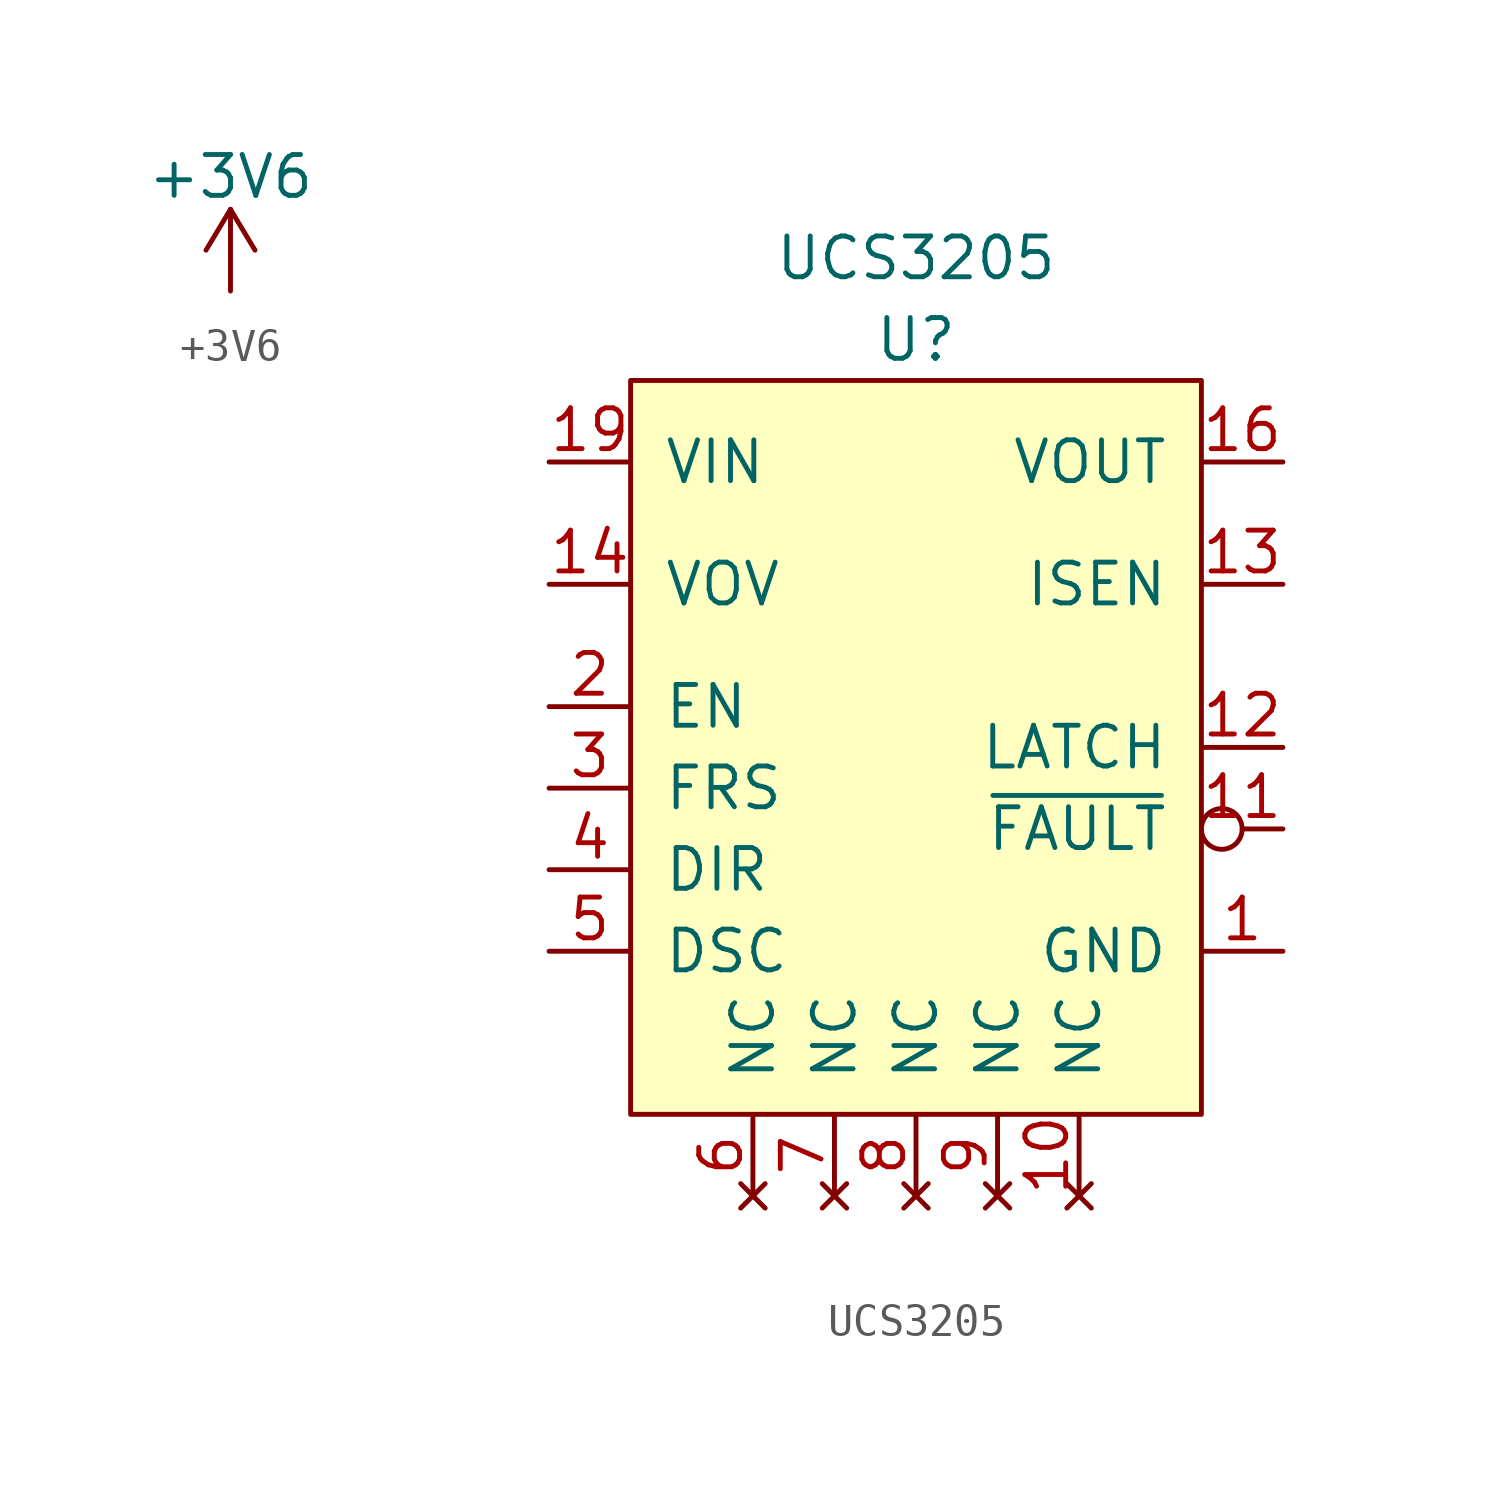
<source format=kicad_sym>
(kicad_symbol_lib
  (version 20211014)
  (generator kicad_symbol_editor)
  (symbol "+3V6"
    (power)
    (pin_names
      (offset 0))
    (property "Reference" "#PWR"
      (at 0 -3.81 0)
      (effects (font (size 1.27 1.27)) hide))
    (property "Value" "+3V6"
      (at 0 3.556 0)
      (effects (font (size 1.27 1.27))))
    (symbol "+3V6_0_1"
      (polyline (pts (xy -0.762 1.27) (xy 0 2.54)) (stroke (width 0) (type default) (color 0 0 0 0)) (fill (type none)))
      (polyline (pts (xy 0 0) (xy 0 2.54)) (stroke (width 0) (type default) (color 0 0 0 0)) (fill (type none)))
      (polyline (pts (xy 0 2.54) (xy 0.762 1.27)) (stroke (width 0) (type default) (color 0 0 0 0)) (fill (type none))))
    (symbol "+3V6_1_1"
      (pin power_in line (at 0 0 90) (length 0) hide (name "+3V3" (effects (font (size 1.27 1.27)))) (number "1" (effects (font (size 1.27 1.27)))))))
  (symbol "UCS3205"
    (pin_names
      (offset 1.016))
    (property "Reference" "U"
      (at 0 11.43 0)
      (effects (font (size 1.27 1.27))))
    (property "Value" "UCS3205"
      (at 0 13.97 0)
      (effects (font (size 1.27 1.27))))
    (symbol "UCS3205_0_1"
      (rectangle (start -8.89 10.16) (end 8.89 -12.7) (stroke (width 0) (type default) (color 0 0 0 0)) (fill (type background))))
    (symbol "UCS3205_1_1"
      (pin power_in line (at 11.43 -7.62 180) (length 2.54) (name "GND" (effects (font (size 1.27 1.27)))) (number "1" (effects (font (size 1.27 1.27)))))
      (pin no_connect line (at 5.08 -15.24 90) (length 2.54) (name "NC" (effects (font (size 1.27 1.27)))) (number "10" (effects (font (size 1.27 1.27)))))
      (pin output inverted (at 11.43 -3.81 180) (length 2.54) (name "~{FAULT}" (effects (font (size 1.27 1.27)))) (number "11" (effects (font (size 1.27 1.27)))))
      (pin output line (at 11.43 -1.27 180) (length 2.54) (name "LATCH" (effects (font (size 1.27 1.27)))) (number "12" (effects (font (size 1.27 1.27)))))
      (pin output line (at 11.43 3.81 180) (length 2.54) (name "ISEN" (effects (font (size 1.27 1.27)))) (number "13" (effects (font (size 1.27 1.27)))))
      (pin input line (at -11.43 3.81 0) (length 2.54) (name "VOV" (effects (font (size 1.27 1.27)))) (number "14" (effects (font (size 1.27 1.27)))))
      (pin power_in line (at 11.43 -7.62 180) (length 2.54) hide (name "GND" (effects (font (size 1.27 1.27)))) (number "15" (effects (font (size 1.27 1.27)))))
      (pin power_out line (at 11.43 7.62 180) (length 2.54) (name "VOUT" (effects (font (size 1.27 1.27)))) (number "16" (effects (font (size 1.27 1.27)))))
      (pin power_out line (at 11.43 7.62 180) (length 2.54) hide (name "VOUT" (effects (font (size 1.27 1.27)))) (number "17" (effects (font (size 1.27 1.27)))))
      (pin power_in line (at -11.43 7.62 0) (length 2.54) (name "VIN" (effects (font (size 1.27 1.27)))) (number "19" (effects (font (size 1.27 1.27)))))
      (pin input line (at -11.43 0 0) (length 2.54) (name "EN" (effects (font (size 1.27 1.27)))) (number "2" (effects (font (size 1.27 1.27)))))
      (pin power_in line (at -11.43 7.62 0) (length 2.54) hide (name "VOUT" (effects (font (size 1.27 1.27)))) (number "20" (effects (font (size 1.27 1.27)))))
      (pin power_out line (at 11.43 7.62 180) (length 2.54) hide (name "VOUT" (effects (font (size 1.27 1.27)))) (number "21" (effects (font (size 1.27 1.27)))))
      (pin power_in line (at -11.43 7.62 0) (length 2.54) hide (name "VIN" (effects (font (size 1.27 1.27)))) (number "22" (effects (font (size 1.27 1.27)))))
      (pin input line (at -11.43 -2.54 0) (length 2.54) (name "FRS" (effects (font (size 1.27 1.27)))) (number "3" (effects (font (size 1.27 1.27)))))
      (pin input line (at -11.43 -5.08 0) (length 2.54) (name "DIR" (effects (font (size 1.27 1.27)))) (number "4" (effects (font (size 1.27 1.27)))))
      (pin input line (at -11.43 -7.62 0) (length 2.54) (name "DSC" (effects (font (size 1.27 1.27)))) (number "5" (effects (font (size 1.27 1.27)))))
      (pin no_connect line (at -5.08 -15.24 90) (length 2.54) (name "NC" (effects (font (size 1.27 1.27)))) (number "6" (effects (font (size 1.27 1.27)))))
      (pin no_connect line (at -2.54 -15.24 90) (length 2.54) (name "NC" (effects (font (size 1.27 1.27)))) (number "7" (effects (font (size 1.27 1.27)))))
      (pin no_connect line (at 0 -15.24 90) (length 2.54) (name "NC" (effects (font (size 1.27 1.27)))) (number "8" (effects (font (size 1.27 1.27)))))
      (pin no_connect line (at 2.54 -15.24 90) (length 2.54) (name "NC" (effects (font (size 1.27 1.27)))) (number "9" (effects (font (size 1.27 1.27))))))))
</source>
